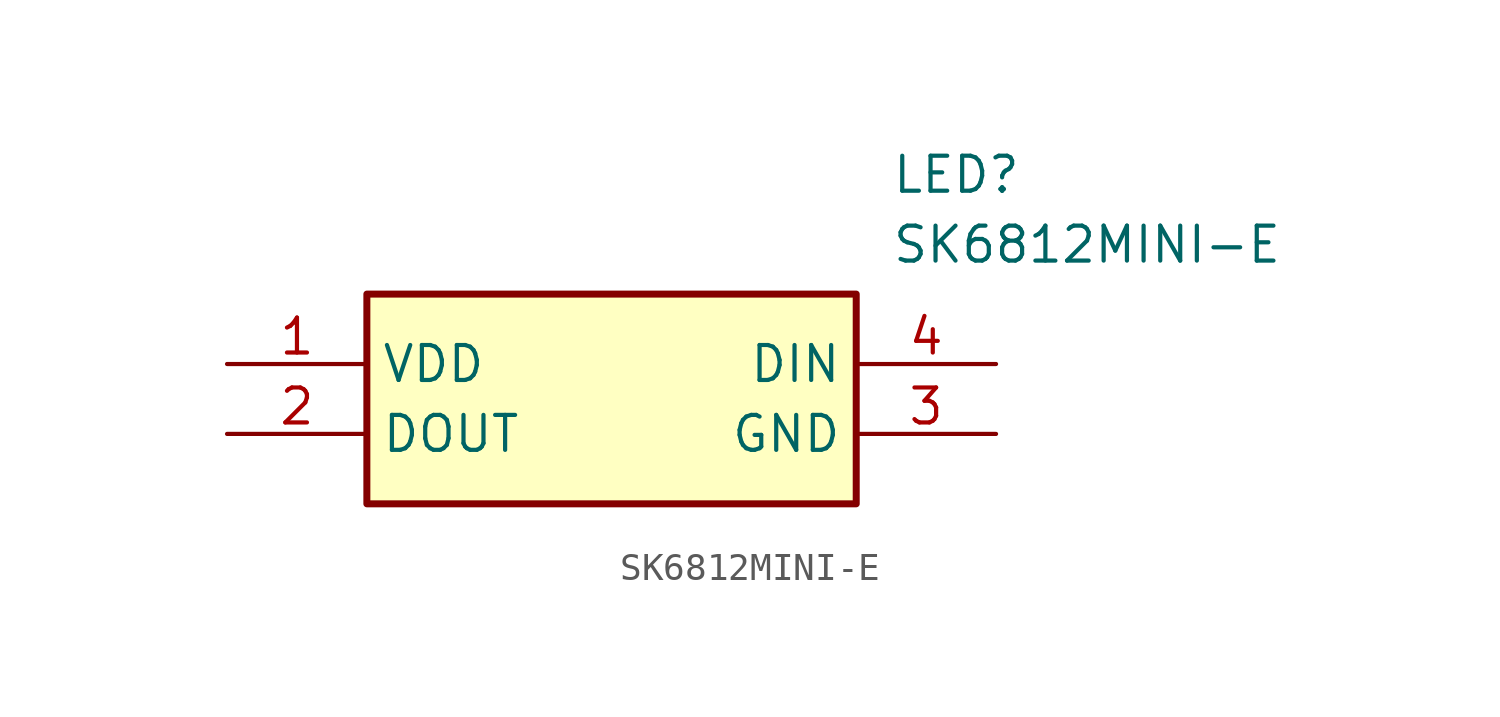
<source format=kicad_sym>
(kicad_symbol_lib
  (version 20211014)
  (generator SamacSys_ECAD_Model)
  (symbol "SK6812MINI-E"
    (property "Reference" "LED"
      (at 24.13 7.62 0)
      (effects (font (size 1.27 1.27)) (justify left top)))
    (property "Value" "SK6812MINI-E"
      (at 24.13 5.08 0)
      (effects (font (size 1.27 1.27)) (justify left top)))
    (rectangle
      (start 5.08 2.54)
      (end 22.86 -5.08)
      (stroke (width 0.254) (type default))
      (fill (type background)))
    (pin passive line
      (at 0 0 0)
      (length 5.08)
      (name "VDD" (effects (font (size 1.27 1.27))))
      (number "1" (effects (font (size 1.27 1.27)))))
    (pin passive line
      (at 0 -2.54 0)
      (length 5.08)
      (name "DOUT" (effects (font (size 1.27 1.27))))
      (number "2" (effects (font (size 1.27 1.27)))))
    (pin passive line
      (at 27.94 -2.54 180)
      (length 5.08)
      (name "GND" (effects (font (size 1.27 1.27))))
      (number "3" (effects (font (size 1.27 1.27)))))
    (pin passive line
      (at 27.94 0 180)
      (length 5.08)
      (name "DIN" (effects (font (size 1.27 1.27))))
      (number "4" (effects (font (size 1.27 1.27)))))))
</source>
